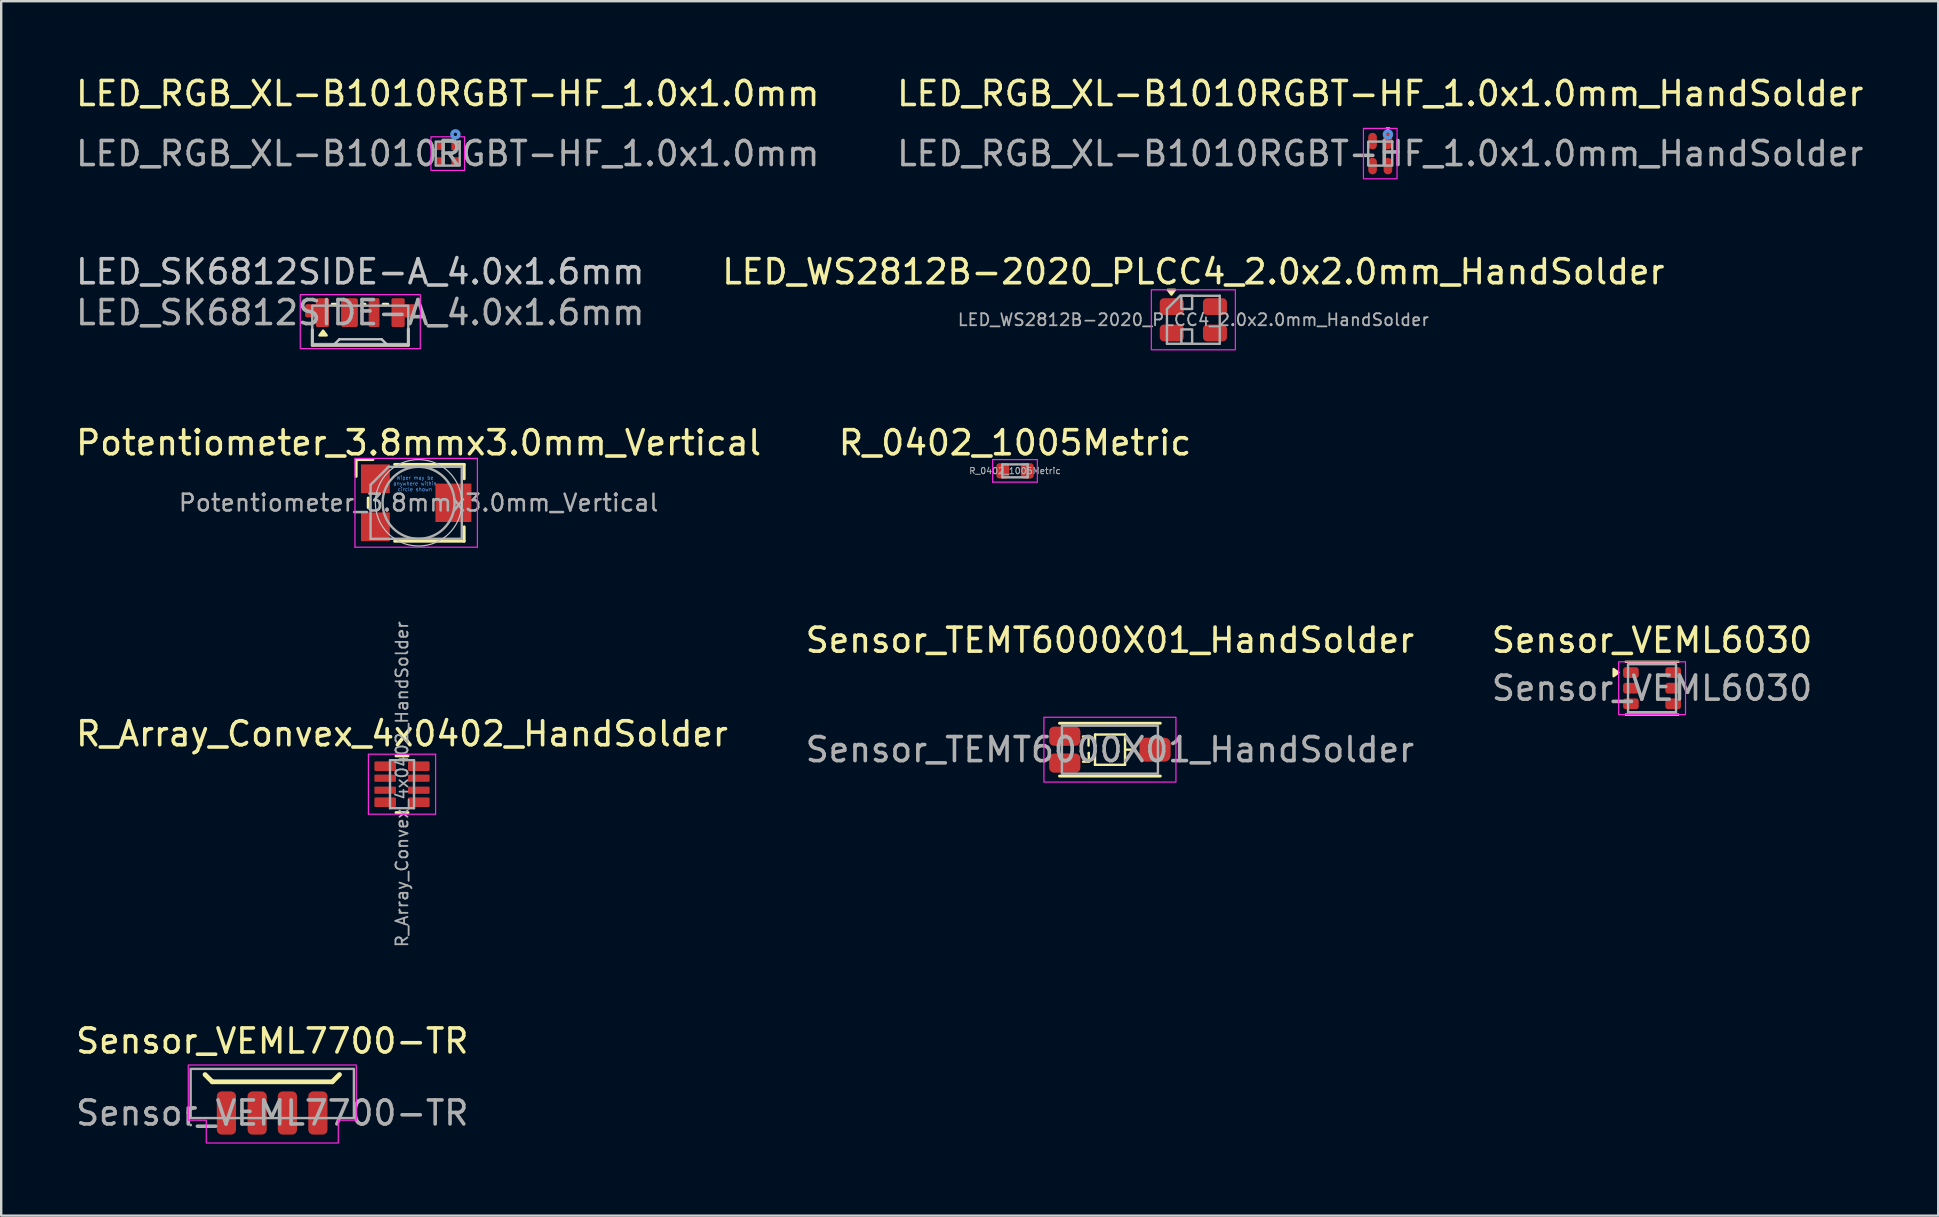
<source format=kicad_pcb>
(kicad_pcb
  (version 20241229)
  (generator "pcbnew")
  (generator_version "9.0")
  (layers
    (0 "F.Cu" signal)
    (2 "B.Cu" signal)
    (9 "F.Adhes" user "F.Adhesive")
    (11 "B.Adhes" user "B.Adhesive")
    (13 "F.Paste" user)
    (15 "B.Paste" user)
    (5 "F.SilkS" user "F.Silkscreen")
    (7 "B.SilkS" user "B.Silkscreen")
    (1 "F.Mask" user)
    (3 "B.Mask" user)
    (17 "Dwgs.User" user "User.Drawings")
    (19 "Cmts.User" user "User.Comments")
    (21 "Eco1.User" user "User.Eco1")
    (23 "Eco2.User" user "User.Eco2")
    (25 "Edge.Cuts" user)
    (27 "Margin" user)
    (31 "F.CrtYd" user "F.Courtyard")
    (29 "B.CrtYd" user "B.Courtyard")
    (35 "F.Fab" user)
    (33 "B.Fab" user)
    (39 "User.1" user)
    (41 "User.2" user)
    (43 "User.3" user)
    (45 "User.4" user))
  (footprint "Sensor_VEML6030"
    (layer "F.Cu")
    (at 65.768 25.618)
    (property "Reference" "Sensor_VEML6030" (at 0 -2 0) (layer "F.SilkS") (effects (font (size 1 1) (thickness 0.15))))
    (attr smd)
    (fp_line (start -1.1 -1.1) (end 1.1 -1.1) (stroke (width 0.1) (type default)) (layer "F.SilkS"))
    (fp_line (start -1.1 1.1) (end 1.1 1.1) (stroke (width 0.1) (type default)) (layer "F.SilkS"))
    (fp_poly (pts (xy -1.4 -0.65) (xy -1.6 -0.5) (xy -1.6 -0.8)) (stroke (width 0.1) (type solid)) (fill yes) (layer "F.SilkS"))
    (fp_rect (start -1.39 -1.1) (end 1.395 1.1) (stroke (width 0.05) (type default)) (fill no) (layer "F.CrtYd"))
    (fp_rect (start -1 -1) (end 1 1) (stroke (width 0.1) (type default)) (fill no) (layer "F.Fab"))
    (fp_text user "${REFERENCE}" (at 0 0 0) (layer "F.Fab") (effects (font (size 1 1) (thickness 0.15))))
    (pad "1" smd roundrect (at -0.88 -0.65 180) (size 0.65 0.45) (layers "F.Cu" "F.Mask" "F.Paste") (roundrect_rratio 0.25))
    (pad "2" smd roundrect (at -0.88 0 180) (size 0.65 0.45) (layers "F.Cu" "F.Mask" "F.Paste") (roundrect_rratio 0.25))
    (pad "3" smd roundrect (at -0.88 0.65 180) (size 0.65 0.45) (layers "F.Cu" "F.Mask" "F.Paste") (roundrect_rratio 0.25))
    (pad "4" smd roundrect (at 0.88 0.65 180) (size 0.65 0.45) (layers "F.Cu" "F.Mask" "F.Paste") (roundrect_rratio 0.25))
    (pad "5" smd roundrect (at 0.88 0 180) (size 0.65 0.45) (layers "F.Cu" "F.Mask" "F.Paste") (roundrect_rratio 0.25))
    (pad "6" smd roundrect (at 0.88 -0.65 180) (size 0.65 0.45) (layers "F.Cu" "F.Mask" "F.Paste") (roundrect_rratio 0.25)))
  (footprint "LED_RGB_XL-B1010RGBT-HF_1.0x1.0mm_HandSolder"
    (layer "F.Cu")
    (at 54.446 3.348)
    (property "Reference" "LED_RGB_XL-B1010RGBT-HF_1.0x1.0mm_HandSolder" (at 0 -2.5 0) (layer "F.SilkS") (effects (font (size 1 1) (thickness 0.15))))
    (attr smd)
    (fp_poly (pts (xy 0.25 -1.07) (xy 0.39 -1.07) (xy 0.32 -0.97)) (stroke (width 0.05) (type solid)) (fill yes) (layer "F.SilkS"))
    (fp_circle (center 0.32 -0.8) (end 0.39 -0.8) (stroke (width 0.15) (type solid)) (fill no) (layer "Cmts.User"))
    (fp_rect (start -0.7 -1.05) (end 0.7 1.05) (stroke (width 0.05) (type default)) (fill no) (layer "F.CrtYd"))
    (fp_rect (start -0.5 -0.5) (end 0.5 0.5) (stroke (width 0.1) (type default)) (fill no) (layer "F.Fab"))
    (fp_circle (center 0.5 -0.5) (end 0.53 -0.5) (stroke (width 0.06) (type solid)) (fill no) (layer "F.Fab"))
    (fp_text user "${REFERENCE}" (at 0 0 0) (layer "F.Fab") (effects (font (size 1 1) (thickness 0.15))))
    (pad "1" smd oval (at 0.32 -0.52 180) (size 0.36 0.69) (layers "F.Cu" "F.Mask" "F.Paste"))
    (pad "2" smd oval (at 0.32 0.52 180) (size 0.36 0.69) (layers "F.Cu" "F.Mask" "F.Paste"))
    (pad "3" smd oval (at -0.32 0.52 180) (size 0.36 0.69) (layers "F.Cu" "F.Mask" "F.Paste"))
    (pad "4" smd oval (at -0.32 -0.52 180) (size 0.36 0.69) (layers "F.Cu" "F.Mask" "F.Paste")))
  (footprint "R_0402_1005Metric"
    (layer "F.Cu")
    (at 39.232 16.565)
    (property "Reference" "R_0402_1005Metric" (at 0 -1.17 0) (layer "F.SilkS") (effects (font (size 1 1) (thickness 0.15))))
    (attr smd)
    (fp_line (start -0.93 -0.47) (end 0.93 -0.47) (stroke (width 0.05) (type solid)) (layer "F.CrtYd"))
    (fp_line (start -0.93 0.47) (end -0.93 -0.47) (stroke (width 0.05) (type solid)) (layer "F.CrtYd"))
    (fp_line (start 0.93 -0.47) (end 0.93 0.47) (stroke (width 0.05) (type solid)) (layer "F.CrtYd"))
    (fp_line (start 0.93 0.47) (end -0.93 0.47) (stroke (width 0.05) (type solid)) (layer "F.CrtYd"))
    (fp_line (start -0.525 -0.27) (end 0.525 -0.27) (stroke (width 0.1) (type solid)) (layer "F.Fab"))
    (fp_line (start -0.525 0.27) (end -0.525 -0.27) (stroke (width 0.1) (type solid)) (layer "F.Fab"))
    (fp_line (start 0.525 -0.27) (end 0.525 0.27) (stroke (width 0.1) (type solid)) (layer "F.Fab"))
    (fp_line (start 0.525 0.27) (end -0.525 0.27) (stroke (width 0.1) (type solid)) (layer "F.Fab"))
    (fp_text user "${REFERENCE}" (at 0 0 0) (layer "F.Fab") (effects (font (size 0.26 0.26) (thickness 0.04))))
    (pad "1" smd roundrect (at -0.51 0) (size 0.54 0.64) (layers "F.Cu" "F.Mask" "F.Paste") (roundrect_rratio 0.25))
    (pad "2" smd roundrect (at 0.51 0) (size 0.54 0.64) (layers "F.Cu" "F.Mask" "F.Paste") (roundrect_rratio 0.25)))
  (footprint "Potentiometer_3.8mmx3.0mm_Vertical"
    (layer "F.Cu")
    (at 14.387 17.895)
    (property "Reference" "Potentiometer_3.8mmx3.0mm_Vertical" (at 0 -2.5 0) (layer "F.SilkS") (effects (font (size 1 1) (thickness 0.15))))
    (attr smd)
    (fp_line (start -2.6 -1.8) (end -2.6 -1.1) (stroke (width 0.12) (type solid)) (layer "F.SilkS"))
    (fp_line (start -2.1 -0.2) (end -2.1 0.2) (stroke (width 0.12) (type solid)) (layer "F.SilkS"))
    (fp_line (start -1.9 -1.8) (end -2.6 -1.8) (stroke (width 0.12) (type solid)) (layer "F.SilkS"))
    (fp_line (start -1 -1.6) (end 1.9 -1.6) (stroke (width 0.12) (type solid)) (layer "F.SilkS"))
    (fp_line (start -1 1.6) (end 1.9 1.6) (stroke (width 0.12) (type solid)) (layer "F.SilkS"))
    (fp_line (start 1.9 -1.6) (end 1.9 -1) (stroke (width 0.12) (type solid)) (layer "F.SilkS"))
    (fp_line (start 1.9 1.6) (end 1.9 1) (stroke (width 0.12) (type solid)) (layer "F.SilkS"))
    (fp_circle (center 0 0) (end 1.8 0) (stroke (width 0.05) (type solid)) (fill no) (layer "Dwgs.User"))
    (fp_line (start -2.65 -1.85) (end 2.45 -1.85) (stroke (width 0.05) (type solid)) (layer "F.CrtYd"))
    (fp_line (start -2.65 1.85) (end -2.65 -1.85) (stroke (width 0.05) (type solid)) (layer "F.CrtYd"))
    (fp_line (start 2.45 -1.85) (end 2.45 1.85) (stroke (width 0.05) (type solid)) (layer "F.CrtYd"))
    (fp_line (start 2.45 1.85) (end -2.65 1.85) (stroke (width 0.05) (type solid)) (layer "F.CrtYd"))
    (fp_line (start -2 -0.75) (end -2 1.5) (stroke (width 0.1) (type solid)) (layer "F.Fab"))
    (fp_line (start -2 1.5) (end 1.8 1.5) (stroke (width 0.1) (type solid)) (layer "F.Fab"))
    (fp_line (start -1.25 -1.5) (end -2 -0.75) (stroke (width 0.1) (type solid)) (layer "F.Fab"))
    (fp_line (start 1.8 -1.5) (end -1.25 -1.5) (stroke (width 0.1) (type solid)) (layer "F.Fab"))
    (fp_line (start 1.8 1.5) (end 1.8 -1.5) (stroke (width 0.1) (type solid)) (layer "F.Fab"))
    (fp_circle (center 0 0) (end 1.5 0) (stroke (width 0.1) (type solid)) (fill no) (layer "F.Fab"))
    (fp_text user "Wiper may be\nanywhere within\ncircle shown" (at -0.15 -0.8 0) (layer "Cmts.User") (effects (font (size 0.15 0.15) (thickness 0.02))))
    (fp_text user "${REFERENCE}" (at 0 0 0) (layer "F.Fab") (effects (font (size 0.7 0.7) (thickness 0.105))))
    (pad "1" smd rect (at -1.8 -1) (size 1.2 1.2) (layers "F.Cu" "F.Mask" "F.Paste"))
    (pad "2" smd rect (at 1.45 0) (size 1.5 1.6) (layers "F.Cu" "F.Mask" "F.Paste"))
    (pad "3" smd rect (at -1.8 1) (size 1.2 1.2) (layers "F.Cu" "F.Mask" "F.Paste")))
  (footprint "LED_RGB_XL-B1010RGBT-HF_1.0x1.0mm"
    (layer "F.Cu")
    (at 15.601 3.348)
    (property "Reference" "LED_RGB_XL-B1010RGBT-HF_1.0x1.0mm" (at 0 -2.5 0) (layer "F.SilkS") (effects (font (size 1 1) (thickness 0.15))))
    (attr smd)
    (fp_poly (pts (xy 0.255 -0.7) (xy 0.395 -0.7) (xy 0.325 -0.6)) (stroke (width 0.05) (type solid)) (fill yes) (layer "F.SilkS"))
    (fp_circle (center 0.32 -0.8) (end 0.39 -0.8) (stroke (width 0.15) (type solid)) (fill no) (layer "Cmts.User"))
    (fp_rect (start -0.7 -0.7) (end 0.7 0.7) (stroke (width 0.05) (type default)) (fill no) (layer "F.CrtYd"))
    (fp_rect (start -0.5 -0.5) (end 0.5 0.5) (stroke (width 0.1) (type default)) (fill no) (layer "F.Fab"))
    (fp_circle (center 0.5 -0.5) (end 0.53 -0.5) (stroke (width 0.06) (type solid)) (fill no) (layer "F.Fab"))
    (fp_text user "${REFERENCE}" (at 0 0 0) (layer "F.Fab") (effects (font (size 1 1) (thickness 0.15))))
    (pad "1" smd rect (at 0.325 -0.325 180) (size 0.35 0.35) (layers "F.Cu" "F.Mask" "F.Paste"))
    (pad "2" smd rect (at 0.325 0.325 180) (size 0.35 0.35) (layers "F.Cu" "F.Mask" "F.Paste"))
    (pad "3" smd rect (at -0.325 0.325 180) (size 0.35 0.35) (layers "F.Cu" "F.Mask" "F.Paste"))
    (pad "4" smd rect (at -0.325 -0.325 180) (size 0.35 0.35) (layers "F.Cu" "F.Mask" "F.Paste")))
  (footprint "R_Array_Convex_4x0402_HandSolder"
    (layer "F.Cu")
    (at 13.696 29.618)
    (property "Reference" "R_Array_Convex_4x0402_HandSolder" (at 0 -2.1 0) (layer "F.SilkS") (effects (font (size 1 1) (thickness 0.15))))
    (attr smd)
    (fp_line (start 0.25 -1.18) (end -0.25 -1.18) (stroke (width 0.12) (type solid)) (layer "F.SilkS"))
    (fp_line (start 0.25 1.18) (end -0.25 1.18) (stroke (width 0.12) (type solid)) (layer "F.SilkS"))
    (fp_line (start -1.4 -1.25) (end -1.4 1.25) (stroke (width 0.05) (type solid)) (layer "F.CrtYd"))
    (fp_line (start -1.4 -1.25) (end 1.4 -1.25) (stroke (width 0.05) (type solid)) (layer "F.CrtYd"))
    (fp_line (start 1.4 -1.25) (end 1.4 1.25) (stroke (width 0.05) (type solid)) (layer "F.CrtYd"))
    (fp_line (start 1.4 1.25) (end -1.4 1.25) (stroke (width 0.05) (type solid)) (layer "F.CrtYd"))
    (fp_line (start -0.5 -1) (end 0.5 -1) (stroke (width 0.1) (type solid)) (layer "F.Fab"))
    (fp_line (start -0.5 1) (end -0.5 -1) (stroke (width 0.1) (type solid)) (layer "F.Fab"))
    (fp_line (start 0.5 -1) (end 0.5 1) (stroke (width 0.1) (type solid)) (layer "F.Fab"))
    (fp_line (start 0.5 1) (end -0.5 1) (stroke (width 0.1) (type solid)) (layer "F.Fab"))
    (fp_text user "${REFERENCE}" (at 0 0 90) (layer "F.Fab") (effects (font (size 0.5 0.5) (thickness 0.075))))
    (pad "1" smd roundrect (at -0.7 -0.75) (size 0.9 0.4) (layers "F.Cu" "F.Mask" "F.Paste") (roundrect_rratio 0.125))
    (pad "2" smd roundrect (at -0.7 -0.25) (size 0.9 0.3) (layers "F.Cu" "F.Mask" "F.Paste") (roundrect_rratio 0.125))
    (pad "3" smd roundrect (at -0.7 0.25) (size 0.9 0.3) (layers "F.Cu" "F.Mask" "F.Paste") (roundrect_rratio 0.125))
    (pad "4" smd roundrect (at -0.7 0.75) (size 0.9 0.4) (layers "F.Cu" "F.Mask" "F.Paste") (roundrect_rratio 0.125))
    (pad "5" smd roundrect (at 0.7 0.75) (size 0.9 0.4) (layers "F.Cu" "F.Mask" "F.Paste") (roundrect_rratio 0.125))
    (pad "6" smd roundrect (at 0.7 0.25) (size 0.9 0.3) (layers "F.Cu" "F.Mask" "F.Paste") (roundrect_rratio 0.125))
    (pad "7" smd roundrect (at 0.7 -0.25) (size 0.9 0.3) (layers "F.Cu" "F.Mask" "F.Paste") (roundrect_rratio 0.125))
    (pad "8" smd roundrect (at 0.7 -0.75) (size 0.9 0.4) (layers "F.Cu" "F.Mask" "F.Paste") (roundrect_rratio 0.125)))
  (footprint "Sensor_VEML7700-TR"
    (layer "F.Cu")
    (at 8.292 43.314)
    (property "Reference" "Sensor_VEML7700-TR" (at 0 -3 0) (layer "F.SilkS") (effects (font (size 1 1) (thickness 0.15))))
    (attr smd)
    (fp_line (start -2.5 -1.3) (end -2.8 -1.6) (stroke (width 0.2) (type default)) (layer "F.SilkS"))
    (fp_line (start -2.5 -1.3) (end 2.5 -1.3) (stroke (width 0.2) (type solid)) (layer "F.SilkS"))
    (fp_line (start 2.5 -1.3) (end 2.8 -1.6) (stroke (width 0.2) (type default)) (layer "F.SilkS"))
    (fp_poly (pts (xy -3.5 -2) (xy 3.5 -2) (xy 3.5 0.3) (xy 2.75 0.3) (xy 2.75 1.25) (xy -2.75 1.25) (xy -2.75 0.3) (xy -3.5 0.3)) (stroke (width 0.05) (type solid)) (fill no) (layer "F.CrtYd"))
    (fp_rect (start -3.4 -1.84) (end 3.4 0.21) (stroke (width 0.1) (type default)) (fill no) (layer "F.Fab"))
    (fp_circle (center -3.4 0.5) (end -3.37 0.5) (stroke (width 0.06) (type solid)) (fill no) (layer "F.Fab"))
    (fp_text user "${REFERENCE}" (at 0 0 0) (layer "F.Fab") (effects (font (size 1 1) (thickness 0.15))))
    (pad "1" smd roundrect (at 1.9 0) (size 0.8 1.8) (layers "F.Cu" "F.Mask" "F.Paste") (roundrect_rratio 0.25))
    (pad "2" smd roundrect (at 0.63 0) (size 0.8 1.8) (layers "F.Cu" "F.Mask" "F.Paste") (roundrect_rratio 0.25))
    (pad "3" smd roundrect (at -0.63 0) (size 0.8 1.8) (layers "F.Cu" "F.Mask" "F.Paste") (roundrect_rratio 0.25))
    (pad "4" smd roundrect (at -1.91 0) (size 0.8 1.8) (layers "F.Cu" "F.Mask" "F.Paste") (roundrect_rratio 0.25)))
  (footprint "Sensor_TEMT6000X01_HandSolder"
    (layer "F.Cu")
    (at 43.185 28.178)
    (property "Reference" "Sensor_TEMT6000X01_HandSolder" (at 0 -4.56 0) (layer "F.SilkS") (effects (font (size 1 1) (thickness 0.15))))
    (attr smd)
    (fp_line (start -2.1 -1.1) (end 2.1 -1.1) (stroke (width 0.12) (type default)) (layer "F.SilkS"))
    (fp_line (start -1.12 -0.55) (end -0.89 -0.55) (stroke (width 0.1) (type solid)) (layer "F.SilkS"))
    (fp_line (start -1.12 0.5) (end -0.88 0.5) (stroke (width 0.1) (type solid)) (layer "F.SilkS"))
    (fp_line (start -0.89 -0.55) (end -0.89 -0.17) (stroke (width 0.1) (type solid)) (layer "F.SilkS"))
    (fp_line (start -0.88 0.14) (end -0.88 0.15) (stroke (width 0.1) (type solid)) (layer "F.SilkS"))
    (fp_line (start -0.88 0.5) (end -0.88 0.14) (stroke (width 0.1) (type solid)) (layer "F.SilkS"))
    (fp_line (start -0.62 -0.62) (end -0.62 0.63) (stroke (width 0.1) (type solid)) (layer "F.SilkS"))
    (fp_line (start -0.62 0.63) (end -0.62 0.63) (stroke (width 0.1) (type solid)) (layer "F.SilkS"))
    (fp_line (start -0.62 0.63) (end 0.63 0.63) (stroke (width 0.1) (type solid)) (layer "F.SilkS"))
    (fp_line (start -0.61 -0.63) (end -0.62 -0.62) (stroke (width 0.1) (type solid)) (layer "F.SilkS"))
    (fp_line (start 0.63 -0.63) (end -0.61 -0.63) (stroke (width 0.1) (type solid)) (layer "F.SilkS"))
    (fp_line (start 0.63 0.63) (end 0.63 -0.63) (stroke (width 0.1) (type solid)) (layer "F.SilkS"))
    (fp_line (start 0.66 0) (end 1.04 0) (stroke (width 0.1) (type solid)) (layer "F.SilkS"))
    (fp_line (start 2.1 1.1) (end -2.1 1.1) (stroke (width 0.12) (type default)) (layer "F.SilkS"))
    (fp_rect (start -2.75 -1.35) (end 2.75 1.35) (stroke (width 0.05) (type default)) (fill no) (layer "F.CrtYd"))
    (fp_rect (start -2 -1) (end 2 1) (stroke (width 0.1) (type default)) (fill no) (layer "F.Fab"))
    (fp_text user "${REFERENCE}" (at 0 0 0) (layer "F.Fab") (effects (font (size 1 1) (thickness 0.15))))
    (pad "1" smd roundrect (at -1.88 -0.56) (size 1.3 0.8) (layers "F.Cu" "F.Mask" "F.Paste") (roundrect_rratio 0.25))
    (pad "2" smd roundrect (at -1.88 0.56) (size 1.3 0.8) (layers "F.Cu" "F.Mask" "F.Paste") (roundrect_rratio 0.25))
    (pad "3" smd roundrect (at 1.88 0) (size 1.3 1) (layers "F.Cu" "F.Mask" "F.Paste") (roundrect_rratio 0.25)))
  (footprint "LED_SK6812SIDE-A_4.0x1.6mm"
    (layer "F.Cu")
    (at 11.958 9.972)
    (property "Reference" "LED_SK6812SIDE-A_4.0x1.6mm" (at 0 -1.7 0) (layer "Dwgs.User") (effects (font (size 1 1) (thickness 0.15))))
    (attr smd)
    (fp_line (start -2 1.36) (end -2 0.71) (stroke (width 0.12) (type solid)) (layer "F.SilkS"))
    (fp_line (start -1.175 -0.35) (end -0.925 -0.35) (stroke (width 0.12) (type default)) (layer "F.SilkS"))
    (fp_line (start 0.05 -0.35) (end 0.2 -0.35) (stroke (width 0.12) (type default)) (layer "F.SilkS"))
    (fp_line (start 0.95 -0.35) (end 1.15 -0.35) (stroke (width 0.12) (type default)) (layer "F.SilkS"))
    (fp_line (start 2 0.69) (end 2 1.36) (stroke (width 0.12) (type solid)) (layer "F.SilkS"))
    (fp_line (start 2 1.36) (end -2 1.36) (stroke (width 0.12) (type solid)) (layer "F.SilkS"))
    (fp_poly (pts (xy -1.55 0.75) (xy -1.4 0.95) (xy -1.7 0.95)) (stroke (width 0.1) (type solid)) (fill yes) (layer "F.SilkS"))
    (fp_line (start -2 1.36) (end -2 0.71) (stroke (width 0.1) (type solid)) (layer "Dwgs.User"))
    (fp_line (start -1.12 1.36) (end -0.87 1.11) (stroke (width 0.1) (type solid)) (layer "Dwgs.User"))
    (fp_line (start -0.87 1.11) (end 0.89 1.11) (stroke (width 0.1) (type solid)) (layer "Dwgs.User"))
    (fp_line (start 0.89 1.11) (end 1.14 1.36) (stroke (width 0.1) (type solid)) (layer "Dwgs.User"))
    (fp_line (start 2 0.69) (end 2 1.36) (stroke (width 0.1) (type solid)) (layer "Dwgs.User"))
    (fp_line (start 2 1.36) (end -2 1.36) (stroke (width 0.1) (type solid)) (layer "Dwgs.User"))
    (fp_rect (start -2.5 -0.75) (end 2.5 1.5) (stroke (width 0.05) (type default)) (fill no) (layer "F.CrtYd"))
    (fp_rect (start -2 -0.29) (end 2 1.31) (stroke (width 0.1) (type default)) (fill no) (layer "F.Fab"))
    (fp_text user "${REFERENCE}" (at 0 0 0) (layer "F.Fab") (effects (font (size 1 1) (thickness 0.15))))
    (pad "1" smd custom (at -1.575 0) (size 0.55 0.55) (layers "F.Cu" "F.Mask" "F.Paste") (options (anchor circle)) (primitives (gr_poly (pts (xy -0.275 -0.531) (xy -0.27 -0.558) (xy -0.255 -0.58) (xy -0.233 -0.595) (xy -0.206 -0.6) (xy 0.206 -0.6) (xy 0.233 -0.595) (xy 0.255 -0.58) (xy 0.27 -0.558) (xy 0.275 -0.531) (xy 0.275 0.531) (xy 0.27 0.558) (xy 0.255 0.58) (xy 0.233 0.595) (xy 0.206 0.6) (xy -0.206 0.6) (xy -0.233 0.595) (xy -0.255 0.58) (xy -0.27 0.558) (xy -0.275 0.531)) (width 0) (fill yes)) (gr_rect (start -0.725 -0.281) (end 0.275 0.131) (width 0) (fill yes)) (gr_circle (center -0.656 0.131) (end -0.588 0.131) (width 0) (fill yes)) (gr_circle (center -0.656 -0.281) (end -0.588 -0.281) (width 0) (fill yes)) (gr_rect (start -0.656 -0.35) (end 0.275 0.2) (width 0) (fill yes))))
    (pad "2" smd roundrect (at -0.45 0) (size 0.7 1.2) (layers "F.Cu" "F.Mask" "F.Paste") (roundrect_rratio 0.125))
    (pad "3" smd roundrect (at 0.575 0) (size 0.45 1.2) (layers "F.Cu" "F.Mask" "F.Paste") (roundrect_rratio 0.125))
    (pad "4" smd custom (at 1.575 0) (size 0.55 0.55) (layers "F.Cu" "F.Mask" "F.Paste") (options (anchor circle)) (primitives (gr_poly (pts (xy 0.275 -0.531) (xy 0.27 -0.558) (xy 0.255 -0.58) (xy 0.233 -0.595) (xy 0.206 -0.6) (xy -0.206 -0.6) (xy -0.233 -0.595) (xy -0.255 -0.58) (xy -0.27 -0.558) (xy -0.275 -0.531) (xy -0.275 0.531) (xy -0.27 0.558) (xy -0.255 0.58) (xy -0.233 0.595) (xy -0.206 0.6) (xy 0.206 0.6) (xy 0.233 0.595) (xy 0.255 0.58) (xy 0.27 0.558) (xy 0.275 0.531)) (width 0) (fill yes)) (gr_rect (start -0.275 -0.281) (end 0.725 0.131) (width 0) (fill yes)) (gr_circle (center 0.656 0.131) (end 0.588 0.131) (width 0) (fill yes)) (gr_circle (center 0.656 -0.281) (end 0.588 -0.281) (width 0) (fill yes)) (gr_rect (start -0.275 -0.35) (end 0.656 0.2) (width 0) (fill yes)))))
  (footprint "LED_WS2812B-2020_PLCC4_2.0x2.0mm_HandSolder"
    (layer "F.Cu")
    (at 46.661 10.271)
    (property "Reference" "LED_WS2812B-2020_PLCC4_2.0x2.0mm_HandSolder" (at 0 -2 0) (layer "F.SilkS") (effects (font (size 1 1) (thickness 0.15))))
    (attr smd)
    (fp_poly (pts (xy -0.915 -1.05) (xy -1.065 -1.25) (xy -0.765 -1.25)) (stroke (width 0.1) (type solid)) (fill yes) (layer "F.SilkS"))
    (fp_rect (start -1.75 -1.25) (end 1.75 1.25) (stroke (width 0.05) (type default)) (fill no) (layer "F.CrtYd"))
    (fp_line (start -1.1 -0.45) (end -1.1 1) (stroke (width 0.1) (type solid)) (layer "F.Fab"))
    (fp_line (start -1.1 1) (end 1.1 1) (stroke (width 0.1) (type solid)) (layer "F.Fab"))
    (fp_line (start -0.55 -1) (end -1.1 -0.45) (stroke (width 0.1) (type solid)) (layer "F.Fab"))
    (fp_line (start 1.1 -1) (end -0.55 -1) (stroke (width 0.1) (type solid)) (layer "F.Fab"))
    (fp_line (start 1.1 -1) (end 1.1 1) (stroke (width 0.1) (type solid)) (layer "F.Fab"))
    (fp_rect (start -0.5 -1) (end -0.05 -0.45) (stroke (width 0.1) (type solid)) (fill no) (layer "F.Fab"))
    (fp_rect (start -0.5 0.4) (end -0.05 1) (stroke (width 0.1) (type solid)) (fill no) (layer "F.Fab"))
    (fp_text user "${REFERENCE}" (at 0 0 0) (layer "F.Fab") (effects (font (size 0.5 0.5) (thickness 0.075))))
    (pad "1" smd roundrect (at -0.9 -0.55) (size 1 0.7) (layers "F.Cu" "F.Mask" "F.Paste") (roundrect_rratio 0.25))
    (pad "2" smd roundrect (at -0.9 0.55) (size 1 0.7) (layers "F.Cu" "F.Mask" "F.Paste") (roundrect_rratio 0.25))
    (pad "3" smd roundrect (at 0.9 0.55) (size 1 0.7) (layers "F.Cu" "F.Mask" "F.Paste") (roundrect_rratio 0.25))
    (pad "4" smd roundrect (at 0.9 -0.55) (size 1 0.7) (layers "F.Cu" "F.Mask" "F.Paste") (roundrect_rratio 0.25)))
  (gr_rect
    (start -3 -3)
    (end 77.69 47.589)
    (stroke (width 0.1) (type default))
    (fill no)
    (layer "Edge.Cuts")))
</source>
